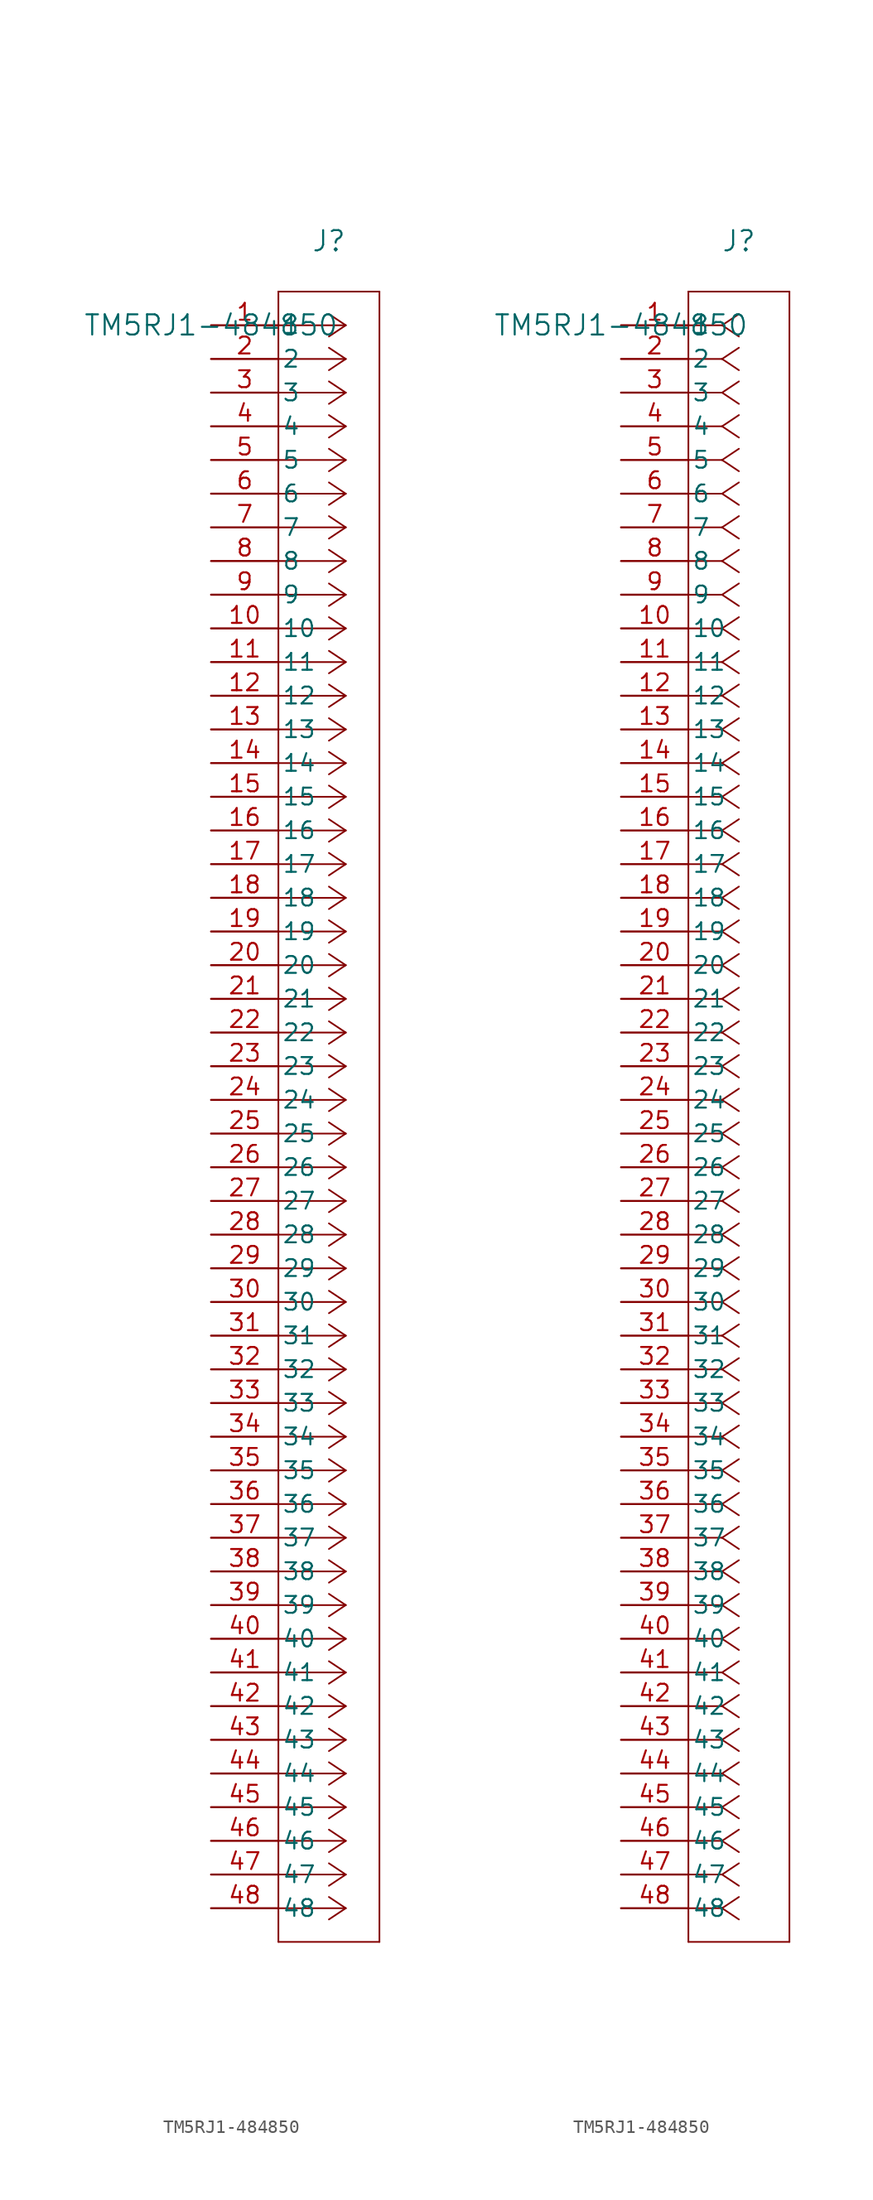
<source format=kicad_sym>
(kicad_symbol_lib
  (version 20231120)
  (generator "kicad_symbol_editor")
  (generator_version "8.0")
  (symbol "TM5RJ1-484850"
    (pin_names
      (offset 0.254))
    (property "Reference" "J"
      (at 8.89 6.35 0)
      (effects (font (size 1.524 1.524))))
    (property "Value" "TM5RJ1-484850"
      (at 0 0 0)
      (effects (font (size 1.524 1.524))))
    (property "ki_locked" ""
      (at 0 0 0)
      (effects (font (size 1.27 1.27))))
    (symbol "TM5RJ1-484850_1_1"
      (polyline (pts (xy 5.08 -121.92) (xy 12.7 -121.92)) (stroke (width 0.127) (type default)) (fill (type none)))
      (polyline (pts (xy 5.08 2.54) (xy 5.08 -121.92)) (stroke (width 0.127) (type default)) (fill (type none)))
      (polyline (pts (xy 10.16 -119.38) (xy 5.08 -119.38)) (stroke (width 0.127) (type default)) (fill (type none)))
      (polyline (pts (xy 10.16 -119.38) (xy 8.89 -120.227)) (stroke (width 0.127) (type default)) (fill (type none)))
      (polyline (pts (xy 10.16 -119.38) (xy 8.89 -118.533)) (stroke (width 0.127) (type default)) (fill (type none)))
      (polyline (pts (xy 10.16 -116.84) (xy 5.08 -116.84)) (stroke (width 0.127) (type default)) (fill (type none)))
      (polyline (pts (xy 10.16 -116.84) (xy 8.89 -117.687)) (stroke (width 0.127) (type default)) (fill (type none)))
      (polyline (pts (xy 10.16 -116.84) (xy 8.89 -115.993)) (stroke (width 0.127) (type default)) (fill (type none)))
      (polyline (pts (xy 10.16 -114.3) (xy 5.08 -114.3)) (stroke (width 0.127) (type default)) (fill (type none)))
      (polyline (pts (xy 10.16 -114.3) (xy 8.89 -115.147)) (stroke (width 0.127) (type default)) (fill (type none)))
      (polyline (pts (xy 10.16 -114.3) (xy 8.89 -113.453)) (stroke (width 0.127) (type default)) (fill (type none)))
      (polyline (pts (xy 10.16 -111.76) (xy 5.08 -111.76)) (stroke (width 0.127) (type default)) (fill (type none)))
      (polyline (pts (xy 10.16 -111.76) (xy 8.89 -112.607)) (stroke (width 0.127) (type default)) (fill (type none)))
      (polyline (pts (xy 10.16 -111.76) (xy 8.89 -110.913)) (stroke (width 0.127) (type default)) (fill (type none)))
      (polyline (pts (xy 10.16 -109.22) (xy 5.08 -109.22)) (stroke (width 0.127) (type default)) (fill (type none)))
      (polyline (pts (xy 10.16 -109.22) (xy 8.89 -110.067)) (stroke (width 0.127) (type default)) (fill (type none)))
      (polyline (pts (xy 10.16 -109.22) (xy 8.89 -108.373)) (stroke (width 0.127) (type default)) (fill (type none)))
      (polyline (pts (xy 10.16 -106.68) (xy 5.08 -106.68)) (stroke (width 0.127) (type default)) (fill (type none)))
      (polyline (pts (xy 10.16 -106.68) (xy 8.89 -107.527)) (stroke (width 0.127) (type default)) (fill (type none)))
      (polyline (pts (xy 10.16 -106.68) (xy 8.89 -105.833)) (stroke (width 0.127) (type default)) (fill (type none)))
      (polyline (pts (xy 10.16 -104.14) (xy 5.08 -104.14)) (stroke (width 0.127) (type default)) (fill (type none)))
      (polyline (pts (xy 10.16 -104.14) (xy 8.89 -104.987)) (stroke (width 0.127) (type default)) (fill (type none)))
      (polyline (pts (xy 10.16 -104.14) (xy 8.89 -103.293)) (stroke (width 0.127) (type default)) (fill (type none)))
      (polyline (pts (xy 10.16 -101.6) (xy 5.08 -101.6)) (stroke (width 0.127) (type default)) (fill (type none)))
      (polyline (pts (xy 10.16 -101.6) (xy 8.89 -102.447)) (stroke (width 0.127) (type default)) (fill (type none)))
      (polyline (pts (xy 10.16 -101.6) (xy 8.89 -100.753)) (stroke (width 0.127) (type default)) (fill (type none)))
      (polyline (pts (xy 10.16 -99.06) (xy 5.08 -99.06)) (stroke (width 0.127) (type default)) (fill (type none)))
      (polyline (pts (xy 10.16 -99.06) (xy 8.89 -99.907)) (stroke (width 0.127) (type default)) (fill (type none)))
      (polyline (pts (xy 10.16 -99.06) (xy 8.89 -98.213)) (stroke (width 0.127) (type default)) (fill (type none)))
      (polyline (pts (xy 10.16 -96.52) (xy 5.08 -96.52)) (stroke (width 0.127) (type default)) (fill (type none)))
      (polyline (pts (xy 10.16 -96.52) (xy 8.89 -97.367)) (stroke (width 0.127) (type default)) (fill (type none)))
      (polyline (pts (xy 10.16 -96.52) (xy 8.89 -95.673)) (stroke (width 0.127) (type default)) (fill (type none)))
      (polyline (pts (xy 10.16 -93.98) (xy 5.08 -93.98)) (stroke (width 0.127) (type default)) (fill (type none)))
      (polyline (pts (xy 10.16 -93.98) (xy 8.89 -94.827)) (stroke (width 0.127) (type default)) (fill (type none)))
      (polyline (pts (xy 10.16 -93.98) (xy 8.89 -93.133)) (stroke (width 0.127) (type default)) (fill (type none)))
      (polyline (pts (xy 10.16 -91.44) (xy 5.08 -91.44)) (stroke (width 0.127) (type default)) (fill (type none)))
      (polyline (pts (xy 10.16 -91.44) (xy 8.89 -92.287)) (stroke (width 0.127) (type default)) (fill (type none)))
      (polyline (pts (xy 10.16 -91.44) (xy 8.89 -90.593)) (stroke (width 0.127) (type default)) (fill (type none)))
      (polyline (pts (xy 10.16 -88.9) (xy 5.08 -88.9)) (stroke (width 0.127) (type default)) (fill (type none)))
      (polyline (pts (xy 10.16 -88.9) (xy 8.89 -89.747)) (stroke (width 0.127) (type default)) (fill (type none)))
      (polyline (pts (xy 10.16 -88.9) (xy 8.89 -88.053)) (stroke (width 0.127) (type default)) (fill (type none)))
      (polyline (pts (xy 10.16 -86.36) (xy 5.08 -86.36)) (stroke (width 0.127) (type default)) (fill (type none)))
      (polyline (pts (xy 10.16 -86.36) (xy 8.89 -87.207)) (stroke (width 0.127) (type default)) (fill (type none)))
      (polyline (pts (xy 10.16 -86.36) (xy 8.89 -85.513)) (stroke (width 0.127) (type default)) (fill (type none)))
      (polyline (pts (xy 10.16 -83.82) (xy 5.08 -83.82)) (stroke (width 0.127) (type default)) (fill (type none)))
      (polyline (pts (xy 10.16 -83.82) (xy 8.89 -84.667)) (stroke (width 0.127) (type default)) (fill (type none)))
      (polyline (pts (xy 10.16 -83.82) (xy 8.89 -82.973)) (stroke (width 0.127) (type default)) (fill (type none)))
      (polyline (pts (xy 10.16 -81.28) (xy 5.08 -81.28)) (stroke (width 0.127) (type default)) (fill (type none)))
      (polyline (pts (xy 10.16 -81.28) (xy 8.89 -82.127)) (stroke (width 0.127) (type default)) (fill (type none)))
      (polyline (pts (xy 10.16 -81.28) (xy 8.89 -80.433)) (stroke (width 0.127) (type default)) (fill (type none)))
      (polyline (pts (xy 10.16 -78.74) (xy 5.08 -78.74)) (stroke (width 0.127) (type default)) (fill (type none)))
      (polyline (pts (xy 10.16 -78.74) (xy 8.89 -79.587)) (stroke (width 0.127) (type default)) (fill (type none)))
      (polyline (pts (xy 10.16 -78.74) (xy 8.89 -77.893)) (stroke (width 0.127) (type default)) (fill (type none)))
      (polyline (pts (xy 10.16 -76.2) (xy 5.08 -76.2)) (stroke (width 0.127) (type default)) (fill (type none)))
      (polyline (pts (xy 10.16 -76.2) (xy 8.89 -77.047)) (stroke (width 0.127) (type default)) (fill (type none)))
      (polyline (pts (xy 10.16 -76.2) (xy 8.89 -75.353)) (stroke (width 0.127) (type default)) (fill (type none)))
      (polyline (pts (xy 10.16 -73.66) (xy 5.08 -73.66)) (stroke (width 0.127) (type default)) (fill (type none)))
      (polyline (pts (xy 10.16 -73.66) (xy 8.89 -74.507)) (stroke (width 0.127) (type default)) (fill (type none)))
      (polyline (pts (xy 10.16 -73.66) (xy 8.89 -72.813)) (stroke (width 0.127) (type default)) (fill (type none)))
      (polyline (pts (xy 10.16 -71.12) (xy 5.08 -71.12)) (stroke (width 0.127) (type default)) (fill (type none)))
      (polyline (pts (xy 10.16 -71.12) (xy 8.89 -71.967)) (stroke (width 0.127) (type default)) (fill (type none)))
      (polyline (pts (xy 10.16 -71.12) (xy 8.89 -70.273)) (stroke (width 0.127) (type default)) (fill (type none)))
      (polyline (pts (xy 10.16 -68.58) (xy 5.08 -68.58)) (stroke (width 0.127) (type default)) (fill (type none)))
      (polyline (pts (xy 10.16 -68.58) (xy 8.89 -69.427)) (stroke (width 0.127) (type default)) (fill (type none)))
      (polyline (pts (xy 10.16 -68.58) (xy 8.89 -67.733)) (stroke (width 0.127) (type default)) (fill (type none)))
      (polyline (pts (xy 10.16 -66.04) (xy 5.08 -66.04)) (stroke (width 0.127) (type default)) (fill (type none)))
      (polyline (pts (xy 10.16 -66.04) (xy 8.89 -66.887)) (stroke (width 0.127) (type default)) (fill (type none)))
      (polyline (pts (xy 10.16 -66.04) (xy 8.89 -65.193)) (stroke (width 0.127) (type default)) (fill (type none)))
      (polyline (pts (xy 10.16 -63.5) (xy 5.08 -63.5)) (stroke (width 0.127) (type default)) (fill (type none)))
      (polyline (pts (xy 10.16 -63.5) (xy 8.89 -64.347)) (stroke (width 0.127) (type default)) (fill (type none)))
      (polyline (pts (xy 10.16 -63.5) (xy 8.89 -62.653)) (stroke (width 0.127) (type default)) (fill (type none)))
      (polyline (pts (xy 10.16 -60.96) (xy 5.08 -60.96)) (stroke (width 0.127) (type default)) (fill (type none)))
      (polyline (pts (xy 10.16 -60.96) (xy 8.89 -61.807)) (stroke (width 0.127) (type default)) (fill (type none)))
      (polyline (pts (xy 10.16 -60.96) (xy 8.89 -60.113)) (stroke (width 0.127) (type default)) (fill (type none)))
      (polyline (pts (xy 10.16 -58.42) (xy 5.08 -58.42)) (stroke (width 0.127) (type default)) (fill (type none)))
      (polyline (pts (xy 10.16 -58.42) (xy 8.89 -59.267)) (stroke (width 0.127) (type default)) (fill (type none)))
      (polyline (pts (xy 10.16 -58.42) (xy 8.89 -57.573)) (stroke (width 0.127) (type default)) (fill (type none)))
      (polyline (pts (xy 10.16 -55.88) (xy 5.08 -55.88)) (stroke (width 0.127) (type default)) (fill (type none)))
      (polyline (pts (xy 10.16 -55.88) (xy 8.89 -56.727)) (stroke (width 0.127) (type default)) (fill (type none)))
      (polyline (pts (xy 10.16 -55.88) (xy 8.89 -55.033)) (stroke (width 0.127) (type default)) (fill (type none)))
      (polyline (pts (xy 10.16 -53.34) (xy 5.08 -53.34)) (stroke (width 0.127) (type default)) (fill (type none)))
      (polyline (pts (xy 10.16 -53.34) (xy 8.89 -54.187)) (stroke (width 0.127) (type default)) (fill (type none)))
      (polyline (pts (xy 10.16 -53.34) (xy 8.89 -52.493)) (stroke (width 0.127) (type default)) (fill (type none)))
      (polyline (pts (xy 10.16 -50.8) (xy 5.08 -50.8)) (stroke (width 0.127) (type default)) (fill (type none)))
      (polyline (pts (xy 10.16 -50.8) (xy 8.89 -51.647)) (stroke (width 0.127) (type default)) (fill (type none)))
      (polyline (pts (xy 10.16 -50.8) (xy 8.89 -49.953)) (stroke (width 0.127) (type default)) (fill (type none)))
      (polyline (pts (xy 10.16 -48.26) (xy 5.08 -48.26)) (stroke (width 0.127) (type default)) (fill (type none)))
      (polyline (pts (xy 10.16 -48.26) (xy 8.89 -49.107)) (stroke (width 0.127) (type default)) (fill (type none)))
      (polyline (pts (xy 10.16 -48.26) (xy 8.89 -47.413)) (stroke (width 0.127) (type default)) (fill (type none)))
      (polyline (pts (xy 10.16 -45.72) (xy 5.08 -45.72)) (stroke (width 0.127) (type default)) (fill (type none)))
      (polyline (pts (xy 10.16 -45.72) (xy 8.89 -46.567)) (stroke (width 0.127) (type default)) (fill (type none)))
      (polyline (pts (xy 10.16 -45.72) (xy 8.89 -44.873)) (stroke (width 0.127) (type default)) (fill (type none)))
      (polyline (pts (xy 10.16 -43.18) (xy 5.08 -43.18)) (stroke (width 0.127) (type default)) (fill (type none)))
      (polyline (pts (xy 10.16 -43.18) (xy 8.89 -44.027)) (stroke (width 0.127) (type default)) (fill (type none)))
      (polyline (pts (xy 10.16 -43.18) (xy 8.89 -42.333)) (stroke (width 0.127) (type default)) (fill (type none)))
      (polyline (pts (xy 10.16 -40.64) (xy 5.08 -40.64)) (stroke (width 0.127) (type default)) (fill (type none)))
      (polyline (pts (xy 10.16 -40.64) (xy 8.89 -41.487)) (stroke (width 0.127) (type default)) (fill (type none)))
      (polyline (pts (xy 10.16 -40.64) (xy 8.89 -39.793)) (stroke (width 0.127) (type default)) (fill (type none)))
      (polyline (pts (xy 10.16 -38.1) (xy 5.08 -38.1)) (stroke (width 0.127) (type default)) (fill (type none)))
      (polyline (pts (xy 10.16 -38.1) (xy 8.89 -38.947)) (stroke (width 0.127) (type default)) (fill (type none)))
      (polyline (pts (xy 10.16 -38.1) (xy 8.89 -37.253)) (stroke (width 0.127) (type default)) (fill (type none)))
      (polyline (pts (xy 10.16 -35.56) (xy 5.08 -35.56)) (stroke (width 0.127) (type default)) (fill (type none)))
      (polyline (pts (xy 10.16 -35.56) (xy 8.89 -36.407)) (stroke (width 0.127) (type default)) (fill (type none)))
      (polyline (pts (xy 10.16 -35.56) (xy 8.89 -34.713)) (stroke (width 0.127) (type default)) (fill (type none)))
      (polyline (pts (xy 10.16 -33.02) (xy 5.08 -33.02)) (stroke (width 0.127) (type default)) (fill (type none)))
      (polyline (pts (xy 10.16 -33.02) (xy 8.89 -33.867)) (stroke (width 0.127) (type default)) (fill (type none)))
      (polyline (pts (xy 10.16 -33.02) (xy 8.89 -32.173)) (stroke (width 0.127) (type default)) (fill (type none)))
      (polyline (pts (xy 10.16 -30.48) (xy 5.08 -30.48)) (stroke (width 0.127) (type default)) (fill (type none)))
      (polyline (pts (xy 10.16 -30.48) (xy 8.89 -31.327)) (stroke (width 0.127) (type default)) (fill (type none)))
      (polyline (pts (xy 10.16 -30.48) (xy 8.89 -29.633)) (stroke (width 0.127) (type default)) (fill (type none)))
      (polyline (pts (xy 10.16 -27.94) (xy 5.08 -27.94)) (stroke (width 0.127) (type default)) (fill (type none)))
      (polyline (pts (xy 10.16 -27.94) (xy 8.89 -28.787)) (stroke (width 0.127) (type default)) (fill (type none)))
      (polyline (pts (xy 10.16 -27.94) (xy 8.89 -27.093)) (stroke (width 0.127) (type default)) (fill (type none)))
      (polyline (pts (xy 10.16 -25.4) (xy 5.08 -25.4)) (stroke (width 0.127) (type default)) (fill (type none)))
      (polyline (pts (xy 10.16 -25.4) (xy 8.89 -26.247)) (stroke (width 0.127) (type default)) (fill (type none)))
      (polyline (pts (xy 10.16 -25.4) (xy 8.89 -24.553)) (stroke (width 0.127) (type default)) (fill (type none)))
      (polyline (pts (xy 10.16 -22.86) (xy 5.08 -22.86)) (stroke (width 0.127) (type default)) (fill (type none)))
      (polyline (pts (xy 10.16 -22.86) (xy 8.89 -23.707)) (stroke (width 0.127) (type default)) (fill (type none)))
      (polyline (pts (xy 10.16 -22.86) (xy 8.89 -22.013)) (stroke (width 0.127) (type default)) (fill (type none)))
      (polyline (pts (xy 10.16 -20.32) (xy 5.08 -20.32)) (stroke (width 0.127) (type default)) (fill (type none)))
      (polyline (pts (xy 10.16 -20.32) (xy 8.89 -21.167)) (stroke (width 0.127) (type default)) (fill (type none)))
      (polyline (pts (xy 10.16 -20.32) (xy 8.89 -19.473)) (stroke (width 0.127) (type default)) (fill (type none)))
      (polyline (pts (xy 10.16 -17.78) (xy 5.08 -17.78)) (stroke (width 0.127) (type default)) (fill (type none)))
      (polyline (pts (xy 10.16 -17.78) (xy 8.89 -18.627)) (stroke (width 0.127) (type default)) (fill (type none)))
      (polyline (pts (xy 10.16 -17.78) (xy 8.89 -16.933)) (stroke (width 0.127) (type default)) (fill (type none)))
      (polyline (pts (xy 10.16 -15.24) (xy 5.08 -15.24)) (stroke (width 0.127) (type default)) (fill (type none)))
      (polyline (pts (xy 10.16 -15.24) (xy 8.89 -16.087)) (stroke (width 0.127) (type default)) (fill (type none)))
      (polyline (pts (xy 10.16 -15.24) (xy 8.89 -14.393)) (stroke (width 0.127) (type default)) (fill (type none)))
      (polyline (pts (xy 10.16 -12.7) (xy 5.08 -12.7)) (stroke (width 0.127) (type default)) (fill (type none)))
      (polyline (pts (xy 10.16 -12.7) (xy 8.89 -13.547)) (stroke (width 0.127) (type default)) (fill (type none)))
      (polyline (pts (xy 10.16 -12.7) (xy 8.89 -11.853)) (stroke (width 0.127) (type default)) (fill (type none)))
      (polyline (pts (xy 10.16 -10.16) (xy 5.08 -10.16)) (stroke (width 0.127) (type default)) (fill (type none)))
      (polyline (pts (xy 10.16 -10.16) (xy 8.89 -11.007)) (stroke (width 0.127) (type default)) (fill (type none)))
      (polyline (pts (xy 10.16 -10.16) (xy 8.89 -9.313)) (stroke (width 0.127) (type default)) (fill (type none)))
      (polyline (pts (xy 10.16 -7.62) (xy 5.08 -7.62)) (stroke (width 0.127) (type default)) (fill (type none)))
      (polyline (pts (xy 10.16 -7.62) (xy 8.89 -8.467)) (stroke (width 0.127) (type default)) (fill (type none)))
      (polyline (pts (xy 10.16 -7.62) (xy 8.89 -6.773)) (stroke (width 0.127) (type default)) (fill (type none)))
      (polyline (pts (xy 10.16 -5.08) (xy 5.08 -5.08)) (stroke (width 0.127) (type default)) (fill (type none)))
      (polyline (pts (xy 10.16 -5.08) (xy 8.89 -5.927)) (stroke (width 0.127) (type default)) (fill (type none)))
      (polyline (pts (xy 10.16 -5.08) (xy 8.89 -4.233)) (stroke (width 0.127) (type default)) (fill (type none)))
      (polyline (pts (xy 10.16 -2.54) (xy 5.08 -2.54)) (stroke (width 0.127) (type default)) (fill (type none)))
      (polyline (pts (xy 10.16 -2.54) (xy 8.89 -3.387)) (stroke (width 0.127) (type default)) (fill (type none)))
      (polyline (pts (xy 10.16 -2.54) (xy 8.89 -1.693)) (stroke (width 0.127) (type default)) (fill (type none)))
      (polyline (pts (xy 10.16 0) (xy 5.08 0)) (stroke (width 0.127) (type default)) (fill (type none)))
      (polyline (pts (xy 10.16 0) (xy 8.89 -0.847)) (stroke (width 0.127) (type default)) (fill (type none)))
      (polyline (pts (xy 10.16 0) (xy 8.89 0.847)) (stroke (width 0.127) (type default)) (fill (type none)))
      (polyline (pts (xy 12.7 -121.92) (xy 12.7 2.54)) (stroke (width 0.127) (type default)) (fill (type none)))
      (polyline (pts (xy 12.7 2.54) (xy 5.08 2.54)) (stroke (width 0.127) (type default)) (fill (type none)))
      (pin unspecified line (at 0 0 0) (length 5.08) (name "1" (effects (font (size 1.27 1.27)))) (number "1" (effects (font (size 1.27 1.27)))))
      (pin unspecified line (at 0 -22.86 0) (length 5.08) (name "10" (effects (font (size 1.27 1.27)))) (number "10" (effects (font (size 1.27 1.27)))))
      (pin unspecified line (at 0 -25.4 0) (length 5.08) (name "11" (effects (font (size 1.27 1.27)))) (number "11" (effects (font (size 1.27 1.27)))))
      (pin unspecified line (at 0 -27.94 0) (length 5.08) (name "12" (effects (font (size 1.27 1.27)))) (number "12" (effects (font (size 1.27 1.27)))))
      (pin unspecified line (at 0 -30.48 0) (length 5.08) (name "13" (effects (font (size 1.27 1.27)))) (number "13" (effects (font (size 1.27 1.27)))))
      (pin unspecified line (at 0 -33.02 0) (length 5.08) (name "14" (effects (font (size 1.27 1.27)))) (number "14" (effects (font (size 1.27 1.27)))))
      (pin unspecified line (at 0 -35.56 0) (length 5.08) (name "15" (effects (font (size 1.27 1.27)))) (number "15" (effects (font (size 1.27 1.27)))))
      (pin unspecified line (at 0 -38.1 0) (length 5.08) (name "16" (effects (font (size 1.27 1.27)))) (number "16" (effects (font (size 1.27 1.27)))))
      (pin unspecified line (at 0 -40.64 0) (length 5.08) (name "17" (effects (font (size 1.27 1.27)))) (number "17" (effects (font (size 1.27 1.27)))))
      (pin unspecified line (at 0 -43.18 0) (length 5.08) (name "18" (effects (font (size 1.27 1.27)))) (number "18" (effects (font (size 1.27 1.27)))))
      (pin unspecified line (at 0 -45.72 0) (length 5.08) (name "19" (effects (font (size 1.27 1.27)))) (number "19" (effects (font (size 1.27 1.27)))))
      (pin unspecified line (at 0 -2.54 0) (length 5.08) (name "2" (effects (font (size 1.27 1.27)))) (number "2" (effects (font (size 1.27 1.27)))))
      (pin unspecified line (at 0 -48.26 0) (length 5.08) (name "20" (effects (font (size 1.27 1.27)))) (number "20" (effects (font (size 1.27 1.27)))))
      (pin unspecified line (at 0 -50.8 0) (length 5.08) (name "21" (effects (font (size 1.27 1.27)))) (number "21" (effects (font (size 1.27 1.27)))))
      (pin unspecified line (at 0 -53.34 0) (length 5.08) (name "22" (effects (font (size 1.27 1.27)))) (number "22" (effects (font (size 1.27 1.27)))))
      (pin unspecified line (at 0 -55.88 0) (length 5.08) (name "23" (effects (font (size 1.27 1.27)))) (number "23" (effects (font (size 1.27 1.27)))))
      (pin unspecified line (at 0 -58.42 0) (length 5.08) (name "24" (effects (font (size 1.27 1.27)))) (number "24" (effects (font (size 1.27 1.27)))))
      (pin unspecified line (at 0 -60.96 0) (length 5.08) (name "25" (effects (font (size 1.27 1.27)))) (number "25" (effects (font (size 1.27 1.27)))))
      (pin unspecified line (at 0 -63.5 0) (length 5.08) (name "26" (effects (font (size 1.27 1.27)))) (number "26" (effects (font (size 1.27 1.27)))))
      (pin unspecified line (at 0 -66.04 0) (length 5.08) (name "27" (effects (font (size 1.27 1.27)))) (number "27" (effects (font (size 1.27 1.27)))))
      (pin unspecified line (at 0 -68.58 0) (length 5.08) (name "28" (effects (font (size 1.27 1.27)))) (number "28" (effects (font (size 1.27 1.27)))))
      (pin unspecified line (at 0 -71.12 0) (length 5.08) (name "29" (effects (font (size 1.27 1.27)))) (number "29" (effects (font (size 1.27 1.27)))))
      (pin unspecified line (at 0 -5.08 0) (length 5.08) (name "3" (effects (font (size 1.27 1.27)))) (number "3" (effects (font (size 1.27 1.27)))))
      (pin unspecified line (at 0 -73.66 0) (length 5.08) (name "30" (effects (font (size 1.27 1.27)))) (number "30" (effects (font (size 1.27 1.27)))))
      (pin unspecified line (at 0 -76.2 0) (length 5.08) (name "31" (effects (font (size 1.27 1.27)))) (number "31" (effects (font (size 1.27 1.27)))))
      (pin unspecified line (at 0 -78.74 0) (length 5.08) (name "32" (effects (font (size 1.27 1.27)))) (number "32" (effects (font (size 1.27 1.27)))))
      (pin unspecified line (at 0 -81.28 0) (length 5.08) (name "33" (effects (font (size 1.27 1.27)))) (number "33" (effects (font (size 1.27 1.27)))))
      (pin unspecified line (at 0 -83.82 0) (length 5.08) (name "34" (effects (font (size 1.27 1.27)))) (number "34" (effects (font (size 1.27 1.27)))))
      (pin unspecified line (at 0 -86.36 0) (length 5.08) (name "35" (effects (font (size 1.27 1.27)))) (number "35" (effects (font (size 1.27 1.27)))))
      (pin unspecified line (at 0 -88.9 0) (length 5.08) (name "36" (effects (font (size 1.27 1.27)))) (number "36" (effects (font (size 1.27 1.27)))))
      (pin unspecified line (at 0 -91.44 0) (length 5.08) (name "37" (effects (font (size 1.27 1.27)))) (number "37" (effects (font (size 1.27 1.27)))))
      (pin unspecified line (at 0 -93.98 0) (length 5.08) (name "38" (effects (font (size 1.27 1.27)))) (number "38" (effects (font (size 1.27 1.27)))))
      (pin unspecified line (at 0 -96.52 0) (length 5.08) (name "39" (effects (font (size 1.27 1.27)))) (number "39" (effects (font (size 1.27 1.27)))))
      (pin unspecified line (at 0 -7.62 0) (length 5.08) (name "4" (effects (font (size 1.27 1.27)))) (number "4" (effects (font (size 1.27 1.27)))))
      (pin unspecified line (at 0 -99.06 0) (length 5.08) (name "40" (effects (font (size 1.27 1.27)))) (number "40" (effects (font (size 1.27 1.27)))))
      (pin unspecified line (at 0 -101.6 0) (length 5.08) (name "41" (effects (font (size 1.27 1.27)))) (number "41" (effects (font (size 1.27 1.27)))))
      (pin unspecified line (at 0 -104.14 0) (length 5.08) (name "42" (effects (font (size 1.27 1.27)))) (number "42" (effects (font (size 1.27 1.27)))))
      (pin unspecified line (at 0 -106.68 0) (length 5.08) (name "43" (effects (font (size 1.27 1.27)))) (number "43" (effects (font (size 1.27 1.27)))))
      (pin unspecified line (at 0 -109.22 0) (length 5.08) (name "44" (effects (font (size 1.27 1.27)))) (number "44" (effects (font (size 1.27 1.27)))))
      (pin unspecified line (at 0 -111.76 0) (length 5.08) (name "45" (effects (font (size 1.27 1.27)))) (number "45" (effects (font (size 1.27 1.27)))))
      (pin unspecified line (at 0 -114.3 0) (length 5.08) (name "46" (effects (font (size 1.27 1.27)))) (number "46" (effects (font (size 1.27 1.27)))))
      (pin unspecified line (at 0 -116.84 0) (length 5.08) (name "47" (effects (font (size 1.27 1.27)))) (number "47" (effects (font (size 1.27 1.27)))))
      (pin unspecified line (at 0 -119.38 0) (length 5.08) (name "48" (effects (font (size 1.27 1.27)))) (number "48" (effects (font (size 1.27 1.27)))))
      (pin unspecified line (at 0 -10.16 0) (length 5.08) (name "5" (effects (font (size 1.27 1.27)))) (number "5" (effects (font (size 1.27 1.27)))))
      (pin unspecified line (at 0 -12.7 0) (length 5.08) (name "6" (effects (font (size 1.27 1.27)))) (number "6" (effects (font (size 1.27 1.27)))))
      (pin unspecified line (at 0 -15.24 0) (length 5.08) (name "7" (effects (font (size 1.27 1.27)))) (number "7" (effects (font (size 1.27 1.27)))))
      (pin unspecified line (at 0 -17.78 0) (length 5.08) (name "8" (effects (font (size 1.27 1.27)))) (number "8" (effects (font (size 1.27 1.27)))))
      (pin unspecified line (at 0 -20.32 0) (length 5.08) (name "9" (effects (font (size 1.27 1.27)))) (number "9" (effects (font (size 1.27 1.27))))))
    (symbol "TM5RJ1-484850_1_2"
      (polyline (pts (xy 5.08 -121.92) (xy 12.7 -121.92)) (stroke (width 0.127) (type default)) (fill (type none)))
      (polyline (pts (xy 5.08 2.54) (xy 5.08 -121.92)) (stroke (width 0.127) (type default)) (fill (type none)))
      (polyline (pts (xy 7.62 -119.38) (xy 5.08 -119.38)) (stroke (width 0.127) (type default)) (fill (type none)))
      (polyline (pts (xy 7.62 -119.38) (xy 8.89 -120.227)) (stroke (width 0.127) (type default)) (fill (type none)))
      (polyline (pts (xy 7.62 -119.38) (xy 8.89 -118.533)) (stroke (width 0.127) (type default)) (fill (type none)))
      (polyline (pts (xy 7.62 -116.84) (xy 5.08 -116.84)) (stroke (width 0.127) (type default)) (fill (type none)))
      (polyline (pts (xy 7.62 -116.84) (xy 8.89 -117.687)) (stroke (width 0.127) (type default)) (fill (type none)))
      (polyline (pts (xy 7.62 -116.84) (xy 8.89 -115.993)) (stroke (width 0.127) (type default)) (fill (type none)))
      (polyline (pts (xy 7.62 -114.3) (xy 5.08 -114.3)) (stroke (width 0.127) (type default)) (fill (type none)))
      (polyline (pts (xy 7.62 -114.3) (xy 8.89 -115.147)) (stroke (width 0.127) (type default)) (fill (type none)))
      (polyline (pts (xy 7.62 -114.3) (xy 8.89 -113.453)) (stroke (width 0.127) (type default)) (fill (type none)))
      (polyline (pts (xy 7.62 -111.76) (xy 5.08 -111.76)) (stroke (width 0.127) (type default)) (fill (type none)))
      (polyline (pts (xy 7.62 -111.76) (xy 8.89 -112.607)) (stroke (width 0.127) (type default)) (fill (type none)))
      (polyline (pts (xy 7.62 -111.76) (xy 8.89 -110.913)) (stroke (width 0.127) (type default)) (fill (type none)))
      (polyline (pts (xy 7.62 -109.22) (xy 5.08 -109.22)) (stroke (width 0.127) (type default)) (fill (type none)))
      (polyline (pts (xy 7.62 -109.22) (xy 8.89 -110.067)) (stroke (width 0.127) (type default)) (fill (type none)))
      (polyline (pts (xy 7.62 -109.22) (xy 8.89 -108.373)) (stroke (width 0.127) (type default)) (fill (type none)))
      (polyline (pts (xy 7.62 -106.68) (xy 5.08 -106.68)) (stroke (width 0.127) (type default)) (fill (type none)))
      (polyline (pts (xy 7.62 -106.68) (xy 8.89 -107.527)) (stroke (width 0.127) (type default)) (fill (type none)))
      (polyline (pts (xy 7.62 -106.68) (xy 8.89 -105.833)) (stroke (width 0.127) (type default)) (fill (type none)))
      (polyline (pts (xy 7.62 -104.14) (xy 5.08 -104.14)) (stroke (width 0.127) (type default)) (fill (type none)))
      (polyline (pts (xy 7.62 -104.14) (xy 8.89 -104.987)) (stroke (width 0.127) (type default)) (fill (type none)))
      (polyline (pts (xy 7.62 -104.14) (xy 8.89 -103.293)) (stroke (width 0.127) (type default)) (fill (type none)))
      (polyline (pts (xy 7.62 -101.6) (xy 5.08 -101.6)) (stroke (width 0.127) (type default)) (fill (type none)))
      (polyline (pts (xy 7.62 -101.6) (xy 8.89 -102.447)) (stroke (width 0.127) (type default)) (fill (type none)))
      (polyline (pts (xy 7.62 -101.6) (xy 8.89 -100.753)) (stroke (width 0.127) (type default)) (fill (type none)))
      (polyline (pts (xy 7.62 -99.06) (xy 5.08 -99.06)) (stroke (width 0.127) (type default)) (fill (type none)))
      (polyline (pts (xy 7.62 -99.06) (xy 8.89 -99.907)) (stroke (width 0.127) (type default)) (fill (type none)))
      (polyline (pts (xy 7.62 -99.06) (xy 8.89 -98.213)) (stroke (width 0.127) (type default)) (fill (type none)))
      (polyline (pts (xy 7.62 -96.52) (xy 5.08 -96.52)) (stroke (width 0.127) (type default)) (fill (type none)))
      (polyline (pts (xy 7.62 -96.52) (xy 8.89 -97.367)) (stroke (width 0.127) (type default)) (fill (type none)))
      (polyline (pts (xy 7.62 -96.52) (xy 8.89 -95.673)) (stroke (width 0.127) (type default)) (fill (type none)))
      (polyline (pts (xy 7.62 -93.98) (xy 5.08 -93.98)) (stroke (width 0.127) (type default)) (fill (type none)))
      (polyline (pts (xy 7.62 -93.98) (xy 8.89 -94.827)) (stroke (width 0.127) (type default)) (fill (type none)))
      (polyline (pts (xy 7.62 -93.98) (xy 8.89 -93.133)) (stroke (width 0.127) (type default)) (fill (type none)))
      (polyline (pts (xy 7.62 -91.44) (xy 5.08 -91.44)) (stroke (width 0.127) (type default)) (fill (type none)))
      (polyline (pts (xy 7.62 -91.44) (xy 8.89 -92.287)) (stroke (width 0.127) (type default)) (fill (type none)))
      (polyline (pts (xy 7.62 -91.44) (xy 8.89 -90.593)) (stroke (width 0.127) (type default)) (fill (type none)))
      (polyline (pts (xy 7.62 -88.9) (xy 5.08 -88.9)) (stroke (width 0.127) (type default)) (fill (type none)))
      (polyline (pts (xy 7.62 -88.9) (xy 8.89 -89.747)) (stroke (width 0.127) (type default)) (fill (type none)))
      (polyline (pts (xy 7.62 -88.9) (xy 8.89 -88.053)) (stroke (width 0.127) (type default)) (fill (type none)))
      (polyline (pts (xy 7.62 -86.36) (xy 5.08 -86.36)) (stroke (width 0.127) (type default)) (fill (type none)))
      (polyline (pts (xy 7.62 -86.36) (xy 8.89 -87.207)) (stroke (width 0.127) (type default)) (fill (type none)))
      (polyline (pts (xy 7.62 -86.36) (xy 8.89 -85.513)) (stroke (width 0.127) (type default)) (fill (type none)))
      (polyline (pts (xy 7.62 -83.82) (xy 5.08 -83.82)) (stroke (width 0.127) (type default)) (fill (type none)))
      (polyline (pts (xy 7.62 -83.82) (xy 8.89 -84.667)) (stroke (width 0.127) (type default)) (fill (type none)))
      (polyline (pts (xy 7.62 -83.82) (xy 8.89 -82.973)) (stroke (width 0.127) (type default)) (fill (type none)))
      (polyline (pts (xy 7.62 -81.28) (xy 5.08 -81.28)) (stroke (width 0.127) (type default)) (fill (type none)))
      (polyline (pts (xy 7.62 -81.28) (xy 8.89 -82.127)) (stroke (width 0.127) (type default)) (fill (type none)))
      (polyline (pts (xy 7.62 -81.28) (xy 8.89 -80.433)) (stroke (width 0.127) (type default)) (fill (type none)))
      (polyline (pts (xy 7.62 -78.74) (xy 5.08 -78.74)) (stroke (width 0.127) (type default)) (fill (type none)))
      (polyline (pts (xy 7.62 -78.74) (xy 8.89 -79.587)) (stroke (width 0.127) (type default)) (fill (type none)))
      (polyline (pts (xy 7.62 -78.74) (xy 8.89 -77.893)) (stroke (width 0.127) (type default)) (fill (type none)))
      (polyline (pts (xy 7.62 -76.2) (xy 5.08 -76.2)) (stroke (width 0.127) (type default)) (fill (type none)))
      (polyline (pts (xy 7.62 -76.2) (xy 8.89 -77.047)) (stroke (width 0.127) (type default)) (fill (type none)))
      (polyline (pts (xy 7.62 -76.2) (xy 8.89 -75.353)) (stroke (width 0.127) (type default)) (fill (type none)))
      (polyline (pts (xy 7.62 -73.66) (xy 5.08 -73.66)) (stroke (width 0.127) (type default)) (fill (type none)))
      (polyline (pts (xy 7.62 -73.66) (xy 8.89 -74.507)) (stroke (width 0.127) (type default)) (fill (type none)))
      (polyline (pts (xy 7.62 -73.66) (xy 8.89 -72.813)) (stroke (width 0.127) (type default)) (fill (type none)))
      (polyline (pts (xy 7.62 -71.12) (xy 5.08 -71.12)) (stroke (width 0.127) (type default)) (fill (type none)))
      (polyline (pts (xy 7.62 -71.12) (xy 8.89 -71.967)) (stroke (width 0.127) (type default)) (fill (type none)))
      (polyline (pts (xy 7.62 -71.12) (xy 8.89 -70.273)) (stroke (width 0.127) (type default)) (fill (type none)))
      (polyline (pts (xy 7.62 -68.58) (xy 5.08 -68.58)) (stroke (width 0.127) (type default)) (fill (type none)))
      (polyline (pts (xy 7.62 -68.58) (xy 8.89 -69.427)) (stroke (width 0.127) (type default)) (fill (type none)))
      (polyline (pts (xy 7.62 -68.58) (xy 8.89 -67.733)) (stroke (width 0.127) (type default)) (fill (type none)))
      (polyline (pts (xy 7.62 -66.04) (xy 5.08 -66.04)) (stroke (width 0.127) (type default)) (fill (type none)))
      (polyline (pts (xy 7.62 -66.04) (xy 8.89 -66.887)) (stroke (width 0.127) (type default)) (fill (type none)))
      (polyline (pts (xy 7.62 -66.04) (xy 8.89 -65.193)) (stroke (width 0.127) (type default)) (fill (type none)))
      (polyline (pts (xy 7.62 -63.5) (xy 5.08 -63.5)) (stroke (width 0.127) (type default)) (fill (type none)))
      (polyline (pts (xy 7.62 -63.5) (xy 8.89 -64.347)) (stroke (width 0.127) (type default)) (fill (type none)))
      (polyline (pts (xy 7.62 -63.5) (xy 8.89 -62.653)) (stroke (width 0.127) (type default)) (fill (type none)))
      (polyline (pts (xy 7.62 -60.96) (xy 5.08 -60.96)) (stroke (width 0.127) (type default)) (fill (type none)))
      (polyline (pts (xy 7.62 -60.96) (xy 8.89 -61.807)) (stroke (width 0.127) (type default)) (fill (type none)))
      (polyline (pts (xy 7.62 -60.96) (xy 8.89 -60.113)) (stroke (width 0.127) (type default)) (fill (type none)))
      (polyline (pts (xy 7.62 -58.42) (xy 5.08 -58.42)) (stroke (width 0.127) (type default)) (fill (type none)))
      (polyline (pts (xy 7.62 -58.42) (xy 8.89 -59.267)) (stroke (width 0.127) (type default)) (fill (type none)))
      (polyline (pts (xy 7.62 -58.42) (xy 8.89 -57.573)) (stroke (width 0.127) (type default)) (fill (type none)))
      (polyline (pts (xy 7.62 -55.88) (xy 5.08 -55.88)) (stroke (width 0.127) (type default)) (fill (type none)))
      (polyline (pts (xy 7.62 -55.88) (xy 8.89 -56.727)) (stroke (width 0.127) (type default)) (fill (type none)))
      (polyline (pts (xy 7.62 -55.88) (xy 8.89 -55.033)) (stroke (width 0.127) (type default)) (fill (type none)))
      (polyline (pts (xy 7.62 -53.34) (xy 5.08 -53.34)) (stroke (width 0.127) (type default)) (fill (type none)))
      (polyline (pts (xy 7.62 -53.34) (xy 8.89 -54.187)) (stroke (width 0.127) (type default)) (fill (type none)))
      (polyline (pts (xy 7.62 -53.34) (xy 8.89 -52.493)) (stroke (width 0.127) (type default)) (fill (type none)))
      (polyline (pts (xy 7.62 -50.8) (xy 5.08 -50.8)) (stroke (width 0.127) (type default)) (fill (type none)))
      (polyline (pts (xy 7.62 -50.8) (xy 8.89 -51.647)) (stroke (width 0.127) (type default)) (fill (type none)))
      (polyline (pts (xy 7.62 -50.8) (xy 8.89 -49.953)) (stroke (width 0.127) (type default)) (fill (type none)))
      (polyline (pts (xy 7.62 -48.26) (xy 5.08 -48.26)) (stroke (width 0.127) (type default)) (fill (type none)))
      (polyline (pts (xy 7.62 -48.26) (xy 8.89 -49.107)) (stroke (width 0.127) (type default)) (fill (type none)))
      (polyline (pts (xy 7.62 -48.26) (xy 8.89 -47.413)) (stroke (width 0.127) (type default)) (fill (type none)))
      (polyline (pts (xy 7.62 -45.72) (xy 5.08 -45.72)) (stroke (width 0.127) (type default)) (fill (type none)))
      (polyline (pts (xy 7.62 -45.72) (xy 8.89 -46.567)) (stroke (width 0.127) (type default)) (fill (type none)))
      (polyline (pts (xy 7.62 -45.72) (xy 8.89 -44.873)) (stroke (width 0.127) (type default)) (fill (type none)))
      (polyline (pts (xy 7.62 -43.18) (xy 5.08 -43.18)) (stroke (width 0.127) (type default)) (fill (type none)))
      (polyline (pts (xy 7.62 -43.18) (xy 8.89 -44.027)) (stroke (width 0.127) (type default)) (fill (type none)))
      (polyline (pts (xy 7.62 -43.18) (xy 8.89 -42.333)) (stroke (width 0.127) (type default)) (fill (type none)))
      (polyline (pts (xy 7.62 -40.64) (xy 5.08 -40.64)) (stroke (width 0.127) (type default)) (fill (type none)))
      (polyline (pts (xy 7.62 -40.64) (xy 8.89 -41.487)) (stroke (width 0.127) (type default)) (fill (type none)))
      (polyline (pts (xy 7.62 -40.64) (xy 8.89 -39.793)) (stroke (width 0.127) (type default)) (fill (type none)))
      (polyline (pts (xy 7.62 -38.1) (xy 5.08 -38.1)) (stroke (width 0.127) (type default)) (fill (type none)))
      (polyline (pts (xy 7.62 -38.1) (xy 8.89 -38.947)) (stroke (width 0.127) (type default)) (fill (type none)))
      (polyline (pts (xy 7.62 -38.1) (xy 8.89 -37.253)) (stroke (width 0.127) (type default)) (fill (type none)))
      (polyline (pts (xy 7.62 -35.56) (xy 5.08 -35.56)) (stroke (width 0.127) (type default)) (fill (type none)))
      (polyline (pts (xy 7.62 -35.56) (xy 8.89 -36.407)) (stroke (width 0.127) (type default)) (fill (type none)))
      (polyline (pts (xy 7.62 -35.56) (xy 8.89 -34.713)) (stroke (width 0.127) (type default)) (fill (type none)))
      (polyline (pts (xy 7.62 -33.02) (xy 5.08 -33.02)) (stroke (width 0.127) (type default)) (fill (type none)))
      (polyline (pts (xy 7.62 -33.02) (xy 8.89 -33.867)) (stroke (width 0.127) (type default)) (fill (type none)))
      (polyline (pts (xy 7.62 -33.02) (xy 8.89 -32.173)) (stroke (width 0.127) (type default)) (fill (type none)))
      (polyline (pts (xy 7.62 -30.48) (xy 5.08 -30.48)) (stroke (width 0.127) (type default)) (fill (type none)))
      (polyline (pts (xy 7.62 -30.48) (xy 8.89 -31.327)) (stroke (width 0.127) (type default)) (fill (type none)))
      (polyline (pts (xy 7.62 -30.48) (xy 8.89 -29.633)) (stroke (width 0.127) (type default)) (fill (type none)))
      (polyline (pts (xy 7.62 -27.94) (xy 5.08 -27.94)) (stroke (width 0.127) (type default)) (fill (type none)))
      (polyline (pts (xy 7.62 -27.94) (xy 8.89 -28.787)) (stroke (width 0.127) (type default)) (fill (type none)))
      (polyline (pts (xy 7.62 -27.94) (xy 8.89 -27.093)) (stroke (width 0.127) (type default)) (fill (type none)))
      (polyline (pts (xy 7.62 -25.4) (xy 5.08 -25.4)) (stroke (width 0.127) (type default)) (fill (type none)))
      (polyline (pts (xy 7.62 -25.4) (xy 8.89 -26.247)) (stroke (width 0.127) (type default)) (fill (type none)))
      (polyline (pts (xy 7.62 -25.4) (xy 8.89 -24.553)) (stroke (width 0.127) (type default)) (fill (type none)))
      (polyline (pts (xy 7.62 -22.86) (xy 5.08 -22.86)) (stroke (width 0.127) (type default)) (fill (type none)))
      (polyline (pts (xy 7.62 -22.86) (xy 8.89 -23.707)) (stroke (width 0.127) (type default)) (fill (type none)))
      (polyline (pts (xy 7.62 -22.86) (xy 8.89 -22.013)) (stroke (width 0.127) (type default)) (fill (type none)))
      (polyline (pts (xy 7.62 -20.32) (xy 5.08 -20.32)) (stroke (width 0.127) (type default)) (fill (type none)))
      (polyline (pts (xy 7.62 -20.32) (xy 8.89 -21.167)) (stroke (width 0.127) (type default)) (fill (type none)))
      (polyline (pts (xy 7.62 -20.32) (xy 8.89 -19.473)) (stroke (width 0.127) (type default)) (fill (type none)))
      (polyline (pts (xy 7.62 -17.78) (xy 5.08 -17.78)) (stroke (width 0.127) (type default)) (fill (type none)))
      (polyline (pts (xy 7.62 -17.78) (xy 8.89 -18.627)) (stroke (width 0.127) (type default)) (fill (type none)))
      (polyline (pts (xy 7.62 -17.78) (xy 8.89 -16.933)) (stroke (width 0.127) (type default)) (fill (type none)))
      (polyline (pts (xy 7.62 -15.24) (xy 5.08 -15.24)) (stroke (width 0.127) (type default)) (fill (type none)))
      (polyline (pts (xy 7.62 -15.24) (xy 8.89 -16.087)) (stroke (width 0.127) (type default)) (fill (type none)))
      (polyline (pts (xy 7.62 -15.24) (xy 8.89 -14.393)) (stroke (width 0.127) (type default)) (fill (type none)))
      (polyline (pts (xy 7.62 -12.7) (xy 5.08 -12.7)) (stroke (width 0.127) (type default)) (fill (type none)))
      (polyline (pts (xy 7.62 -12.7) (xy 8.89 -13.547)) (stroke (width 0.127) (type default)) (fill (type none)))
      (polyline (pts (xy 7.62 -12.7) (xy 8.89 -11.853)) (stroke (width 0.127) (type default)) (fill (type none)))
      (polyline (pts (xy 7.62 -10.16) (xy 5.08 -10.16)) (stroke (width 0.127) (type default)) (fill (type none)))
      (polyline (pts (xy 7.62 -10.16) (xy 8.89 -11.007)) (stroke (width 0.127) (type default)) (fill (type none)))
      (polyline (pts (xy 7.62 -10.16) (xy 8.89 -9.313)) (stroke (width 0.127) (type default)) (fill (type none)))
      (polyline (pts (xy 7.62 -7.62) (xy 5.08 -7.62)) (stroke (width 0.127) (type default)) (fill (type none)))
      (polyline (pts (xy 7.62 -7.62) (xy 8.89 -8.467)) (stroke (width 0.127) (type default)) (fill (type none)))
      (polyline (pts (xy 7.62 -7.62) (xy 8.89 -6.773)) (stroke (width 0.127) (type default)) (fill (type none)))
      (polyline (pts (xy 7.62 -5.08) (xy 5.08 -5.08)) (stroke (width 0.127) (type default)) (fill (type none)))
      (polyline (pts (xy 7.62 -5.08) (xy 8.89 -5.927)) (stroke (width 0.127) (type default)) (fill (type none)))
      (polyline (pts (xy 7.62 -5.08) (xy 8.89 -4.233)) (stroke (width 0.127) (type default)) (fill (type none)))
      (polyline (pts (xy 7.62 -2.54) (xy 5.08 -2.54)) (stroke (width 0.127) (type default)) (fill (type none)))
      (polyline (pts (xy 7.62 -2.54) (xy 8.89 -3.387)) (stroke (width 0.127) (type default)) (fill (type none)))
      (polyline (pts (xy 7.62 -2.54) (xy 8.89 -1.693)) (stroke (width 0.127) (type default)) (fill (type none)))
      (polyline (pts (xy 7.62 0) (xy 5.08 0)) (stroke (width 0.127) (type default)) (fill (type none)))
      (polyline (pts (xy 7.62 0) (xy 8.89 -0.847)) (stroke (width 0.127) (type default)) (fill (type none)))
      (polyline (pts (xy 7.62 0) (xy 8.89 0.847)) (stroke (width 0.127) (type default)) (fill (type none)))
      (polyline (pts (xy 12.7 -121.92) (xy 12.7 2.54)) (stroke (width 0.127) (type default)) (fill (type none)))
      (polyline (pts (xy 12.7 2.54) (xy 5.08 2.54)) (stroke (width 0.127) (type default)) (fill (type none)))
      (pin unspecified line (at 0 0 0) (length 5.08) (name "1" (effects (font (size 1.27 1.27)))) (number "1" (effects (font (size 1.27 1.27)))))
      (pin unspecified line (at 0 -22.86 0) (length 5.08) (name "10" (effects (font (size 1.27 1.27)))) (number "10" (effects (font (size 1.27 1.27)))))
      (pin unspecified line (at 0 -25.4 0) (length 5.08) (name "11" (effects (font (size 1.27 1.27)))) (number "11" (effects (font (size 1.27 1.27)))))
      (pin unspecified line (at 0 -27.94 0) (length 5.08) (name "12" (effects (font (size 1.27 1.27)))) (number "12" (effects (font (size 1.27 1.27)))))
      (pin unspecified line (at 0 -30.48 0) (length 5.08) (name "13" (effects (font (size 1.27 1.27)))) (number "13" (effects (font (size 1.27 1.27)))))
      (pin unspecified line (at 0 -33.02 0) (length 5.08) (name "14" (effects (font (size 1.27 1.27)))) (number "14" (effects (font (size 1.27 1.27)))))
      (pin unspecified line (at 0 -35.56 0) (length 5.08) (name "15" (effects (font (size 1.27 1.27)))) (number "15" (effects (font (size 1.27 1.27)))))
      (pin unspecified line (at 0 -38.1 0) (length 5.08) (name "16" (effects (font (size 1.27 1.27)))) (number "16" (effects (font (size 1.27 1.27)))))
      (pin unspecified line (at 0 -40.64 0) (length 5.08) (name "17" (effects (font (size 1.27 1.27)))) (number "17" (effects (font (size 1.27 1.27)))))
      (pin unspecified line (at 0 -43.18 0) (length 5.08) (name "18" (effects (font (size 1.27 1.27)))) (number "18" (effects (font (size 1.27 1.27)))))
      (pin unspecified line (at 0 -45.72 0) (length 5.08) (name "19" (effects (font (size 1.27 1.27)))) (number "19" (effects (font (size 1.27 1.27)))))
      (pin unspecified line (at 0 -2.54 0) (length 5.08) (name "2" (effects (font (size 1.27 1.27)))) (number "2" (effects (font (size 1.27 1.27)))))
      (pin unspecified line (at 0 -48.26 0) (length 5.08) (name "20" (effects (font (size 1.27 1.27)))) (number "20" (effects (font (size 1.27 1.27)))))
      (pin unspecified line (at 0 -50.8 0) (length 5.08) (name "21" (effects (font (size 1.27 1.27)))) (number "21" (effects (font (size 1.27 1.27)))))
      (pin unspecified line (at 0 -53.34 0) (length 5.08) (name "22" (effects (font (size 1.27 1.27)))) (number "22" (effects (font (size 1.27 1.27)))))
      (pin unspecified line (at 0 -55.88 0) (length 5.08) (name "23" (effects (font (size 1.27 1.27)))) (number "23" (effects (font (size 1.27 1.27)))))
      (pin unspecified line (at 0 -58.42 0) (length 5.08) (name "24" (effects (font (size 1.27 1.27)))) (number "24" (effects (font (size 1.27 1.27)))))
      (pin unspecified line (at 0 -60.96 0) (length 5.08) (name "25" (effects (font (size 1.27 1.27)))) (number "25" (effects (font (size 1.27 1.27)))))
      (pin unspecified line (at 0 -63.5 0) (length 5.08) (name "26" (effects (font (size 1.27 1.27)))) (number "26" (effects (font (size 1.27 1.27)))))
      (pin unspecified line (at 0 -66.04 0) (length 5.08) (name "27" (effects (font (size 1.27 1.27)))) (number "27" (effects (font (size 1.27 1.27)))))
      (pin unspecified line (at 0 -68.58 0) (length 5.08) (name "28" (effects (font (size 1.27 1.27)))) (number "28" (effects (font (size 1.27 1.27)))))
      (pin unspecified line (at 0 -71.12 0) (length 5.08) (name "29" (effects (font (size 1.27 1.27)))) (number "29" (effects (font (size 1.27 1.27)))))
      (pin unspecified line (at 0 -5.08 0) (length 5.08) (name "3" (effects (font (size 1.27 1.27)))) (number "3" (effects (font (size 1.27 1.27)))))
      (pin unspecified line (at 0 -73.66 0) (length 5.08) (name "30" (effects (font (size 1.27 1.27)))) (number "30" (effects (font (size 1.27 1.27)))))
      (pin unspecified line (at 0 -76.2 0) (length 5.08) (name "31" (effects (font (size 1.27 1.27)))) (number "31" (effects (font (size 1.27 1.27)))))
      (pin unspecified line (at 0 -78.74 0) (length 5.08) (name "32" (effects (font (size 1.27 1.27)))) (number "32" (effects (font (size 1.27 1.27)))))
      (pin unspecified line (at 0 -81.28 0) (length 5.08) (name "33" (effects (font (size 1.27 1.27)))) (number "33" (effects (font (size 1.27 1.27)))))
      (pin unspecified line (at 0 -83.82 0) (length 5.08) (name "34" (effects (font (size 1.27 1.27)))) (number "34" (effects (font (size 1.27 1.27)))))
      (pin unspecified line (at 0 -86.36 0) (length 5.08) (name "35" (effects (font (size 1.27 1.27)))) (number "35" (effects (font (size 1.27 1.27)))))
      (pin unspecified line (at 0 -88.9 0) (length 5.08) (name "36" (effects (font (size 1.27 1.27)))) (number "36" (effects (font (size 1.27 1.27)))))
      (pin unspecified line (at 0 -91.44 0) (length 5.08) (name "37" (effects (font (size 1.27 1.27)))) (number "37" (effects (font (size 1.27 1.27)))))
      (pin unspecified line (at 0 -93.98 0) (length 5.08) (name "38" (effects (font (size 1.27 1.27)))) (number "38" (effects (font (size 1.27 1.27)))))
      (pin unspecified line (at 0 -96.52 0) (length 5.08) (name "39" (effects (font (size 1.27 1.27)))) (number "39" (effects (font (size 1.27 1.27)))))
      (pin unspecified line (at 0 -7.62 0) (length 5.08) (name "4" (effects (font (size 1.27 1.27)))) (number "4" (effects (font (size 1.27 1.27)))))
      (pin unspecified line (at 0 -99.06 0) (length 5.08) (name "40" (effects (font (size 1.27 1.27)))) (number "40" (effects (font (size 1.27 1.27)))))
      (pin unspecified line (at 0 -101.6 0) (length 5.08) (name "41" (effects (font (size 1.27 1.27)))) (number "41" (effects (font (size 1.27 1.27)))))
      (pin unspecified line (at 0 -104.14 0) (length 5.08) (name "42" (effects (font (size 1.27 1.27)))) (number "42" (effects (font (size 1.27 1.27)))))
      (pin unspecified line (at 0 -106.68 0) (length 5.08) (name "43" (effects (font (size 1.27 1.27)))) (number "43" (effects (font (size 1.27 1.27)))))
      (pin unspecified line (at 0 -109.22 0) (length 5.08) (name "44" (effects (font (size 1.27 1.27)))) (number "44" (effects (font (size 1.27 1.27)))))
      (pin unspecified line (at 0 -111.76 0) (length 5.08) (name "45" (effects (font (size 1.27 1.27)))) (number "45" (effects (font (size 1.27 1.27)))))
      (pin unspecified line (at 0 -114.3 0) (length 5.08) (name "46" (effects (font (size 1.27 1.27)))) (number "46" (effects (font (size 1.27 1.27)))))
      (pin unspecified line (at 0 -116.84 0) (length 5.08) (name "47" (effects (font (size 1.27 1.27)))) (number "47" (effects (font (size 1.27 1.27)))))
      (pin unspecified line (at 0 -119.38 0) (length 5.08) (name "48" (effects (font (size 1.27 1.27)))) (number "48" (effects (font (size 1.27 1.27)))))
      (pin unspecified line (at 0 -10.16 0) (length 5.08) (name "5" (effects (font (size 1.27 1.27)))) (number "5" (effects (font (size 1.27 1.27)))))
      (pin unspecified line (at 0 -12.7 0) (length 5.08) (name "6" (effects (font (size 1.27 1.27)))) (number "6" (effects (font (size 1.27 1.27)))))
      (pin unspecified line (at 0 -15.24 0) (length 5.08) (name "7" (effects (font (size 1.27 1.27)))) (number "7" (effects (font (size 1.27 1.27)))))
      (pin unspecified line (at 0 -17.78 0) (length 5.08) (name "8" (effects (font (size 1.27 1.27)))) (number "8" (effects (font (size 1.27 1.27)))))
      (pin unspecified line (at 0 -20.32 0) (length 5.08) (name "9" (effects (font (size 1.27 1.27)))) (number "9" (effects (font (size 1.27 1.27))))))))
</source>
